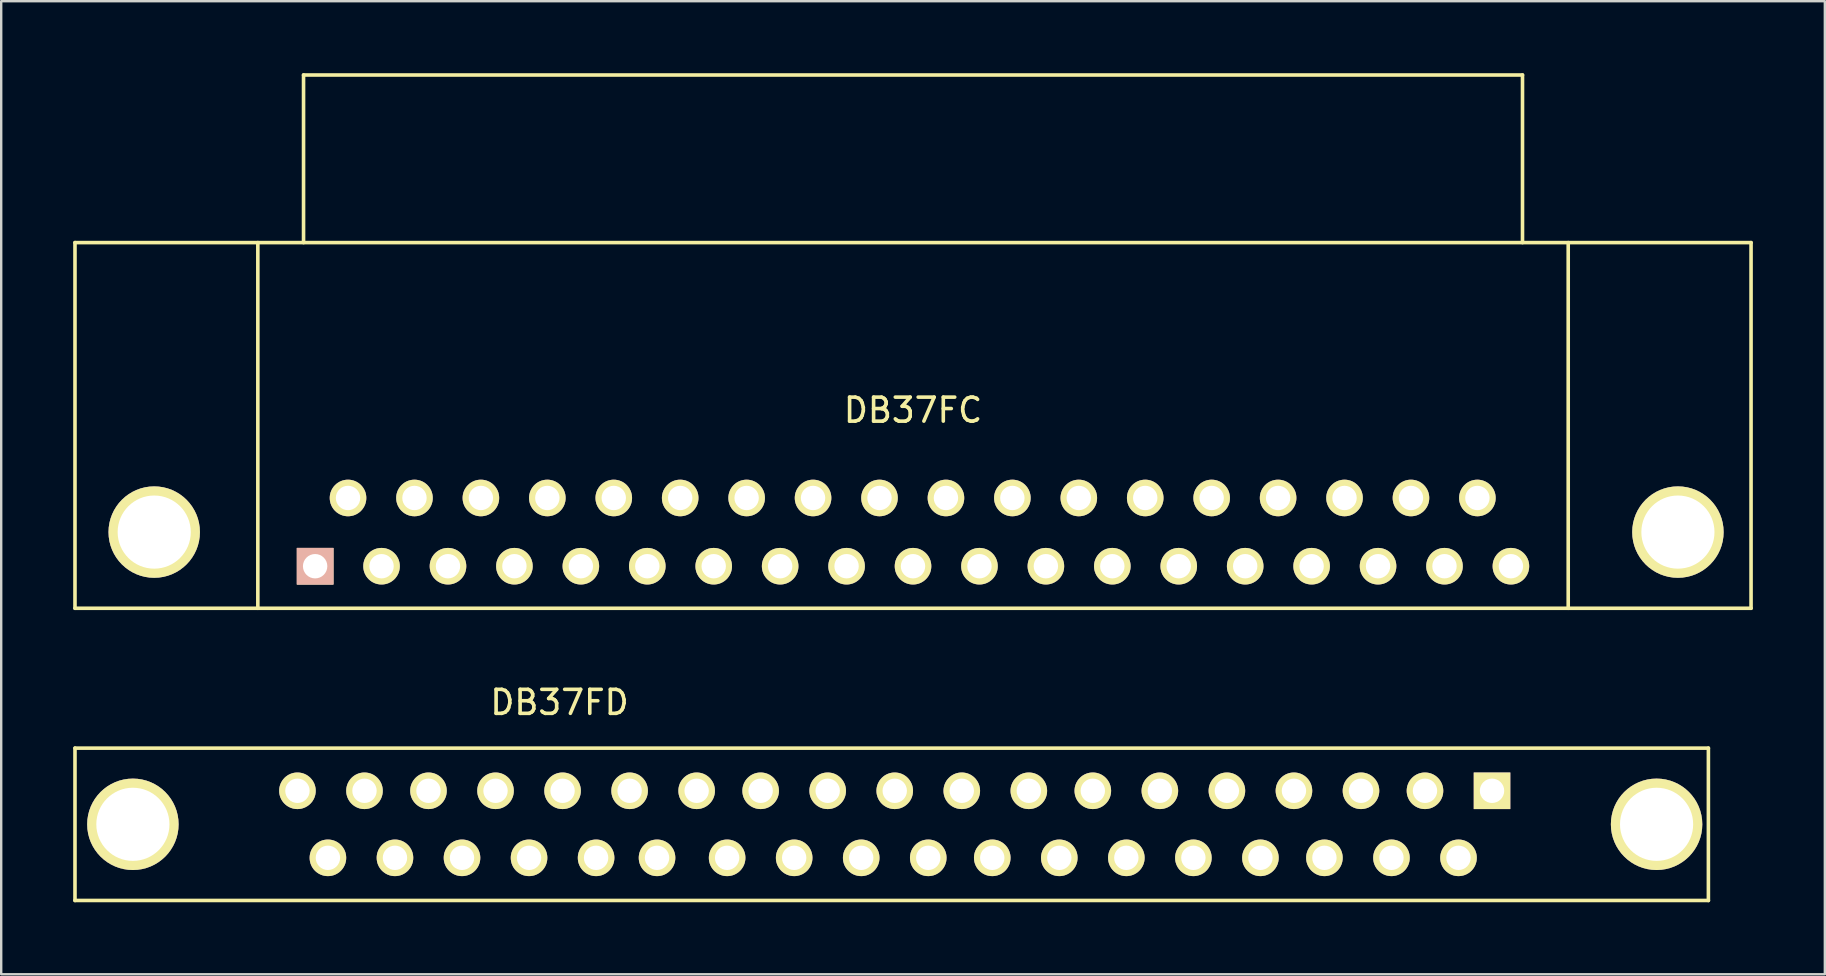
<source format=kicad_pcb>
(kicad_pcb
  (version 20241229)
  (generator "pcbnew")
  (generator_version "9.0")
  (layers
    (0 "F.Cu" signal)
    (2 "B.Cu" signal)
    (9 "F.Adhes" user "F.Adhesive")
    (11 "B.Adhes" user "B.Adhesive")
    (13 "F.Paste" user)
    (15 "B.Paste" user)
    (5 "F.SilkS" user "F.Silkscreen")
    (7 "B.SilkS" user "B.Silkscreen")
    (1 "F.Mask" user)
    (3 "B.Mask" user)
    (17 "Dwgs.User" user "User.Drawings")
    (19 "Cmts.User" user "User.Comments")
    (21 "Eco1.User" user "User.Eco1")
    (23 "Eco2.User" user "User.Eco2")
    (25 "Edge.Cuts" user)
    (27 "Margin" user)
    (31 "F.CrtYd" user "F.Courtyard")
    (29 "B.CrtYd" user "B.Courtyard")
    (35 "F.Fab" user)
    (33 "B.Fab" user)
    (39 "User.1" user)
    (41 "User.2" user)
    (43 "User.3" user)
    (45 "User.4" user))
  (footprint "DB37FD"
    (layer "F.Cu")
    (at 34.238 31.303)
    (property "Reference" "DB37FD" (at -13.97 -5.08 0) (layer "F.SilkS") (effects (font (size 1 1) (thickness 0.15))))
    (attr through_hole)
    (fp_line (start -34.163 -3.175) (end -34.163 3.175) (stroke (width 0.15) (type solid)) (layer "F.SilkS"))
    (fp_line (start -34.163 3.175) (end 33.909 3.175) (stroke (width 0.15) (type solid)) (layer "F.SilkS"))
    (fp_line (start 33.909 -3.175) (end -34.163 -3.175) (stroke (width 0.15) (type solid)) (layer "F.SilkS"))
    (fp_line (start 33.909 3.175) (end 33.909 -3.175) (stroke (width 0.15) (type solid)) (layer "F.SilkS"))
    (pad "" thru_hole circle (at -31.75 0) (size 3.81 3.81) (drill 3.048) (layers "*.Cu" "*.Mask" "F.SilkS"))
    (pad "" thru_hole circle (at 31.75 0) (size 3.81 3.81) (drill 3.048) (layers "*.Cu" "*.Mask" "F.SilkS"))
    (pad "1" thru_hole rect (at 24.892 -1.397) (size 1.524 1.524) (drill 1.016) (layers "*.Cu" "*.Mask" "F.SilkS"))
    (pad "2" thru_hole circle (at 22.098 -1.397) (size 1.524 1.524) (drill 1.016) (layers "*.Cu" "*.Mask" "F.SilkS"))
    (pad "3" thru_hole circle (at 19.431 -1.397) (size 1.524 1.524) (drill 1.016) (layers "*.Cu" "*.Mask" "F.SilkS"))
    (pad "4" thru_hole circle (at 16.637 -1.397) (size 1.524 1.524) (drill 1.016) (layers "*.Cu" "*.Mask" "F.SilkS"))
    (pad "5" thru_hole circle (at 13.843 -1.397) (size 1.524 1.524) (drill 1.016) (layers "*.Cu" "*.Mask" "F.SilkS"))
    (pad "6" thru_hole circle (at 11.049 -1.397) (size 1.524 1.524) (drill 1.016) (layers "*.Cu" "*.Mask" "F.SilkS"))
    (pad "7" thru_hole circle (at 8.255 -1.397) (size 1.524 1.524) (drill 1.016) (layers "*.Cu" "*.Mask" "F.SilkS"))
    (pad "8" thru_hole circle (at 5.588 -1.397) (size 1.524 1.524) (drill 1.016) (layers "*.Cu" "*.Mask" "F.SilkS"))
    (pad "9" thru_hole circle (at 2.794 -1.397) (size 1.524 1.524) (drill 1.016) (layers "*.Cu" "*.Mask" "F.SilkS"))
    (pad "10" thru_hole circle (at 0 -1.397) (size 1.524 1.524) (drill 1.016) (layers "*.Cu" "*.Mask" "F.SilkS"))
    (pad "11" thru_hole circle (at -2.794 -1.397) (size 1.524 1.524) (drill 1.016) (layers "*.Cu" "*.Mask" "F.SilkS"))
    (pad "12" thru_hole circle (at -5.588 -1.397) (size 1.524 1.524) (drill 1.016) (layers "*.Cu" "*.Mask" "F.SilkS"))
    (pad "13" thru_hole circle (at -8.255 -1.397) (size 1.524 1.524) (drill 1.016) (layers "*.Cu" "*.Mask" "F.SilkS"))
    (pad "14" thru_hole circle (at -11.049 -1.397) (size 1.524 1.524) (drill 1.016) (layers "*.Cu" "*.Mask" "F.SilkS"))
    (pad "15" thru_hole circle (at -13.843 -1.397) (size 1.524 1.524) (drill 1.016) (layers "*.Cu" "*.Mask" "F.SilkS"))
    (pad "16" thru_hole circle (at -16.637 -1.397) (size 1.524 1.524) (drill 1.016) (layers "*.Cu" "*.Mask" "F.SilkS"))
    (pad "17" thru_hole circle (at -19.431 -1.397) (size 1.524 1.524) (drill 1.016) (layers "*.Cu" "*.Mask" "F.SilkS"))
    (pad "18" thru_hole circle (at -22.098 -1.397) (size 1.524 1.524) (drill 1.016) (layers "*.Cu" "*.Mask" "F.SilkS"))
    (pad "19" thru_hole circle (at -24.892 -1.397) (size 1.524 1.524) (drill 1.016) (layers "*.Cu" "*.Mask" "F.SilkS"))
    (pad "20" thru_hole circle (at 23.495 1.397) (size 1.524 1.524) (drill 1.016) (layers "*.Cu" "*.Mask" "F.SilkS"))
    (pad "21" thru_hole circle (at 20.701 1.397) (size 1.524 1.524) (drill 1.016) (layers "*.Cu" "*.Mask" "F.SilkS"))
    (pad "22" thru_hole circle (at 17.907 1.397) (size 1.524 1.524) (drill 1.016) (layers "*.Cu" "*.Mask" "F.SilkS"))
    (pad "23" thru_hole circle (at 15.24 1.397) (size 1.524 1.524) (drill 1.016) (layers "*.Cu" "*.Mask" "F.SilkS"))
    (pad "24" thru_hole circle (at 12.446 1.397) (size 1.524 1.524) (drill 1.016) (layers "*.Cu" "*.Mask" "F.SilkS"))
    (pad "25" thru_hole circle (at 9.652 1.397) (size 1.524 1.524) (drill 1.016) (layers "*.Cu" "*.Mask" "F.SilkS"))
    (pad "26" thru_hole circle (at 6.858 1.397) (size 1.524 1.524) (drill 1.016) (layers "*.Cu" "*.Mask" "F.SilkS"))
    (pad "27" thru_hole circle (at 4.064 1.397) (size 1.524 1.524) (drill 1.016) (layers "*.Cu" "*.Mask" "F.SilkS"))
    (pad "28" thru_hole circle (at 1.397 1.397) (size 1.524 1.524) (drill 1.016) (layers "*.Cu" "*.Mask" "F.SilkS"))
    (pad "29" thru_hole circle (at -1.397 1.397) (size 1.524 1.524) (drill 1.016) (layers "*.Cu" "*.Mask" "F.SilkS"))
    (pad "30" thru_hole circle (at -4.191 1.397) (size 1.524 1.524) (drill 1.016) (layers "*.Cu" "*.Mask" "F.SilkS"))
    (pad "31" thru_hole circle (at -6.985 1.397) (size 1.524 1.524) (drill 1.016) (layers "*.Cu" "*.Mask" "F.SilkS"))
    (pad "32" thru_hole circle (at -9.906 1.397) (size 1.524 1.524) (drill 1.016) (layers "*.Cu" "*.Mask" "F.SilkS"))
    (pad "33" thru_hole circle (at -12.446 1.397) (size 1.524 1.524) (drill 1.016) (layers "*.Cu" "*.Mask" "F.SilkS"))
    (pad "34" thru_hole circle (at -15.24 1.397) (size 1.524 1.524) (drill 1.016) (layers "*.Cu" "*.Mask" "F.SilkS"))
    (pad "35" thru_hole circle (at -18.034 1.397) (size 1.524 1.524) (drill 1.016) (layers "*.Cu" "*.Mask" "F.SilkS"))
    (pad "36" thru_hole circle (at -20.828 1.397) (size 1.524 1.524) (drill 1.016) (layers "*.Cu" "*.Mask" "F.SilkS"))
    (pad "37" thru_hole circle (at -23.622 1.397) (size 1.524 1.524) (drill 1.016) (layers "*.Cu" "*.Mask" "F.SilkS")))
  (footprint "DB37FC"
    (layer "F.Cu")
    (at 35 19.125)
    (property "Reference" "DB37FC" (at 0 -5.08 180) (layer "F.SilkS") (effects (font (size 1 1) (thickness 0.15))))
    (attr through_hole)
    (fp_line (start -34.925 -12.065) (end 34.925 -12.065) (stroke (width 0.15) (type solid)) (layer "F.SilkS"))
    (fp_line (start -34.925 3.175) (end -34.925 -12.065) (stroke (width 0.15) (type solid)) (layer "F.SilkS"))
    (fp_line (start -27.305 -12.065) (end -27.305 3.175) (stroke (width 0.15) (type solid)) (layer "F.SilkS"))
    (fp_line (start -25.4 -19.05) (end -25.4 -12.065) (stroke (width 0.15) (type solid)) (layer "F.SilkS"))
    (fp_line (start 25.4 -19.05) (end -25.4 -19.05) (stroke (width 0.15) (type solid)) (layer "F.SilkS"))
    (fp_line (start 25.4 -12.065) (end 25.4 -19.05) (stroke (width 0.15) (type solid)) (layer "F.SilkS"))
    (fp_line (start 27.305 -12.065) (end 27.305 3.175) (stroke (width 0.15) (type solid)) (layer "F.SilkS"))
    (fp_line (start 34.925 -12.065) (end 34.925 3.175) (stroke (width 0.15) (type solid)) (layer "F.SilkS"))
    (fp_line (start 34.925 3.175) (end -34.925 3.175) (stroke (width 0.15) (type solid)) (layer "F.SilkS"))
    (pad "1" thru_hole rect (at -24.917 1.422 180) (size 1.524 1.524) (drill 1.016) (layers "*.Cu" "*.SilkS" "*.Mask"))
    (pad "2" thru_hole circle (at -22.149 1.422 180) (size 1.524 1.524) (drill 1.016) (layers "*.Cu" "*.Mask" "F.SilkS"))
    (pad "3" thru_hole circle (at -19.38 1.422 180) (size 1.524 1.524) (drill 1.016) (layers "*.Cu" "*.Mask" "F.SilkS"))
    (pad "4" thru_hole circle (at -16.612 1.422 180) (size 1.524 1.524) (drill 1.016) (layers "*.Cu" "*.Mask" "F.SilkS"))
    (pad "5" thru_hole circle (at -13.843 1.422 180) (size 1.524 1.524) (drill 1.016) (layers "*.Cu" "*.Mask" "F.SilkS"))
    (pad "6" thru_hole circle (at -11.074 1.422 180) (size 1.524 1.524) (drill 1.016) (layers "*.Cu" "*.Mask" "F.SilkS"))
    (pad "7" thru_hole circle (at -8.306 1.422 180) (size 1.524 1.524) (drill 1.016) (layers "*.Cu" "*.Mask" "F.SilkS"))
    (pad "8" thru_hole circle (at -5.537 1.422 180) (size 1.524 1.524) (drill 1.016) (layers "*.Cu" "*.Mask" "F.SilkS"))
    (pad "9" thru_hole circle (at -2.769 1.422 180) (size 1.524 1.524) (drill 1.016) (layers "*.Cu" "*.Mask" "F.SilkS"))
    (pad "10" thru_hole circle (at 0 1.422 180) (size 1.524 1.524) (drill 1.016) (layers "*.Cu" "*.Mask" "F.SilkS"))
    (pad "11" thru_hole circle (at 2.769 1.422 180) (size 1.524 1.524) (drill 1.016) (layers "*.Cu" "*.Mask" "F.SilkS"))
    (pad "12" thru_hole circle (at 5.537 1.422 180) (size 1.524 1.524) (drill 1.016) (layers "*.Cu" "*.Mask" "F.SilkS"))
    (pad "13" thru_hole circle (at 8.306 1.422 180) (size 1.524 1.524) (drill 1.016) (layers "*.Cu" "*.Mask" "F.SilkS"))
    (pad "14" thru_hole circle (at 11.074 1.422 180) (size 1.524 1.524) (drill 1.016) (layers "*.Cu" "*.Mask" "F.SilkS"))
    (pad "15" thru_hole circle (at 13.843 1.422 180) (size 1.524 1.524) (drill 1.016) (layers "*.Cu" "*.Mask" "F.SilkS"))
    (pad "16" thru_hole circle (at 16.612 1.422 180) (size 1.524 1.524) (drill 1.016) (layers "*.Cu" "*.Mask" "F.SilkS"))
    (pad "17" thru_hole circle (at 19.38 1.422 180) (size 1.524 1.524) (drill 1.016) (layers "*.Cu" "*.Mask" "F.SilkS"))
    (pad "18" thru_hole circle (at 22.149 1.422 180) (size 1.524 1.524) (drill 1.016) (layers "*.Cu" "*.Mask" "F.SilkS"))
    (pad "19" thru_hole circle (at 24.917 1.422 180) (size 1.524 1.524) (drill 1.016) (layers "*.Cu" "*.Mask" "F.SilkS"))
    (pad "20" thru_hole circle (at -23.546 -1.422 180) (size 1.524 1.524) (drill 1.016) (layers "*.Cu" "*.Mask" "F.SilkS"))
    (pad "21" thru_hole circle (at -20.777 -1.422 180) (size 1.524 1.524) (drill 1.016) (layers "*.Cu" "*.Mask" "F.SilkS"))
    (pad "22" thru_hole circle (at -18.009 -1.422 180) (size 1.524 1.524) (drill 1.016) (layers "*.Cu" "*.Mask" "F.SilkS"))
    (pad "23" thru_hole circle (at -15.24 -1.422 180) (size 1.524 1.524) (drill 1.016) (layers "*.Cu" "*.Mask" "F.SilkS"))
    (pad "24" thru_hole circle (at -12.471 -1.422 180) (size 1.524 1.524) (drill 1.016) (layers "*.Cu" "*.Mask" "F.SilkS"))
    (pad "25" thru_hole circle (at -9.703 -1.422 180) (size 1.524 1.524) (drill 1.016) (layers "*.Cu" "*.Mask" "F.SilkS"))
    (pad "26" thru_hole circle (at -6.934 -1.422 180) (size 1.524 1.524) (drill 1.016) (layers "*.Cu" "*.Mask" "F.SilkS"))
    (pad "27" thru_hole circle (at -4.166 -1.422 180) (size 1.524 1.524) (drill 1.016) (layers "*.Cu" "*.Mask" "F.SilkS"))
    (pad "28" thru_hole circle (at -1.397 -1.422 180) (size 1.524 1.524) (drill 1.016) (layers "*.Cu" "*.Mask" "F.SilkS"))
    (pad "29" thru_hole circle (at 1.372 -1.422 180) (size 1.524 1.524) (drill 1.016) (layers "*.Cu" "*.Mask" "F.SilkS"))
    (pad "30" thru_hole circle (at 4.14 -1.422 180) (size 1.524 1.524) (drill 1.016) (layers "*.Cu" "*.Mask" "F.SilkS"))
    (pad "31" thru_hole circle (at 6.909 -1.422 180) (size 1.524 1.524) (drill 1.016) (layers "*.Cu" "*.Mask" "F.SilkS"))
    (pad "32" thru_hole circle (at 9.677 -1.422 180) (size 1.524 1.524) (drill 1.016) (layers "*.Cu" "*.Mask" "F.SilkS"))
    (pad "33" thru_hole circle (at 12.446 -1.422 180) (size 1.524 1.524) (drill 1.016) (layers "*.Cu" "*.Mask" "F.SilkS"))
    (pad "34" thru_hole circle (at 15.215 -1.422 180) (size 1.524 1.524) (drill 1.016) (layers "*.Cu" "*.Mask" "F.SilkS"))
    (pad "35" thru_hole circle (at 17.983 -1.422 180) (size 1.524 1.524) (drill 1.016) (layers "*.Cu" "*.Mask" "F.SilkS"))
    (pad "36" thru_hole circle (at 20.752 -1.422 180) (size 1.524 1.524) (drill 1.016) (layers "*.Cu" "*.Mask" "F.SilkS"))
    (pad "37" thru_hole circle (at 23.52 -1.422 180) (size 1.524 1.524) (drill 1.016) (layers "*.Cu" "*.Mask" "F.SilkS"))
    (pad "?" thru_hole circle (at -31.623 0 180) (size 3.81 3.81) (drill 3.048) (layers "*.Cu" "*.Mask" "F.SilkS"))
    (pad "?" thru_hole circle (at 31.877 0 180) (size 3.81 3.81) (drill 3.048) (layers "*.Cu" "*.Mask" "F.SilkS")))
  (gr_rect
    (start -3 -3)
    (end 73 37.553)
    (stroke (width 0.1) (type default))
    (fill no)
    (layer "Edge.Cuts")))
</source>
